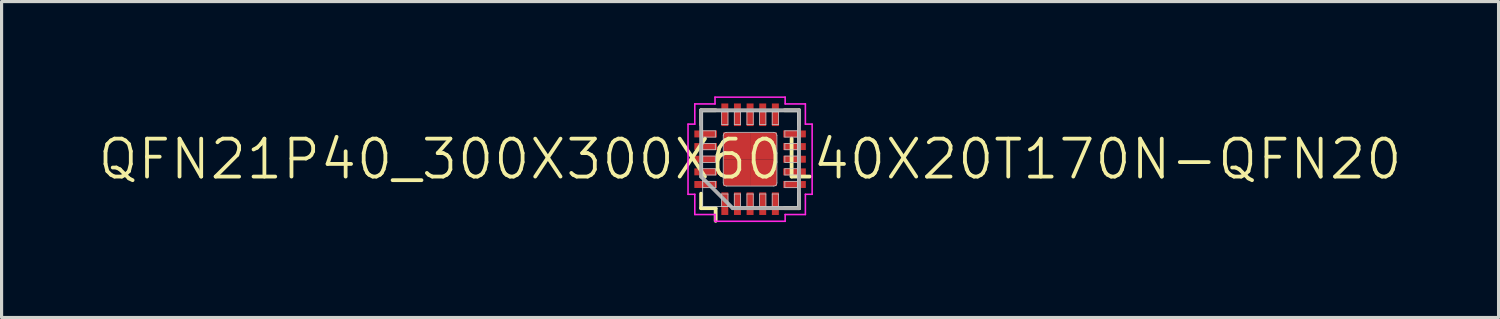
<source format=kicad_pcb>
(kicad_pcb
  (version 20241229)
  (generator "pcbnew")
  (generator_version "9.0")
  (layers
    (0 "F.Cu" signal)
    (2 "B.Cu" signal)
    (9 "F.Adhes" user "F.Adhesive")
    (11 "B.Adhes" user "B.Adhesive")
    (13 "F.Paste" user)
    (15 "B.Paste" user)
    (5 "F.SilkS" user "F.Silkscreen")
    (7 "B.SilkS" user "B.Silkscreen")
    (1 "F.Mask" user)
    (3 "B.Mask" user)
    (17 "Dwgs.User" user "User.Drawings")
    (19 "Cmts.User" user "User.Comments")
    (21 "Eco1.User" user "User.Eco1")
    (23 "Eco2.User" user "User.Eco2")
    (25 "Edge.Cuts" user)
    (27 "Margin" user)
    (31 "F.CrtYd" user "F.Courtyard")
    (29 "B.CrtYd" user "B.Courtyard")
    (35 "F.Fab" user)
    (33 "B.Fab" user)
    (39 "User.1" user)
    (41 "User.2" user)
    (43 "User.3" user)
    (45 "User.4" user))
  (footprint "QFN21P40_300X300X60L40X20T170N-QFN20"
    (layer "F.Cu")
    (at 20.689 1.989)
    (property "Reference" "QFN21P40_300X300X60L40X20T170N-QFN20" (at 0 0 0) (layer "F.SilkS") (effects (font (size 1.2 1.2) (thickness 0.12))))
    (attr smd)
    (fp_line (start -1.55 -1.55) (end -1.55 -1.09) (stroke (width 0.12) (type solid)) (layer "F.SilkS"))
    (fp_line (start -1.55 1.55) (end -1.55 1.09) (stroke (width 0.12) (type solid)) (layer "F.SilkS"))
    (fp_line (start -1.09 -1.55) (end -1.55 -1.55) (stroke (width 0.12) (type solid)) (layer "F.SilkS"))
    (fp_line (start -1.09 1.55) (end -1.55 1.55) (stroke (width 0.12) (type solid)) (layer "F.SilkS"))
    (fp_line (start -1.09 1.95) (end -1.09 1.57) (stroke (width 0.12) (type solid)) (layer "F.SilkS"))
    (fp_line (start 1.09 -1.55) (end 1.55 -1.55) (stroke (width 0.12) (type solid)) (layer "F.SilkS"))
    (fp_line (start 1.09 1.55) (end 1.55 1.55) (stroke (width 0.12) (type solid)) (layer "F.SilkS"))
    (fp_line (start 1.55 -1.55) (end 1.55 -1.09) (stroke (width 0.12) (type solid)) (layer "F.SilkS"))
    (fp_line (start 1.55 1.55) (end 1.55 1.09) (stroke (width 0.12) (type solid)) (layer "F.SilkS"))
    (fp_line (start -1.5 -1.5) (end 1.5 -1.5) (stroke (width 0.025) (type solid)) (layer "Dwgs.User"))
    (fp_line (start -1.5 -0.9) (end -1.1 -0.9) (stroke (width 0.025) (type solid)) (layer "Dwgs.User"))
    (fp_line (start -1.5 -0.7) (end -1.5 -0.9) (stroke (width 0.025) (type solid)) (layer "Dwgs.User"))
    (fp_line (start -1.5 -0.5) (end -1.1 -0.5) (stroke (width 0.025) (type solid)) (layer "Dwgs.User"))
    (fp_line (start -1.5 -0.3) (end -1.5 -0.5) (stroke (width 0.025) (type solid)) (layer "Dwgs.User"))
    (fp_line (start -1.5 -0.1) (end -1.1 -0.1) (stroke (width 0.025) (type solid)) (layer "Dwgs.User"))
    (fp_line (start -1.5 0.1) (end -1.5 -0.1) (stroke (width 0.025) (type solid)) (layer "Dwgs.User"))
    (fp_line (start -1.5 0.3) (end -1.1 0.3) (stroke (width 0.025) (type solid)) (layer "Dwgs.User"))
    (fp_line (start -1.5 0.5) (end -1.5 0.3) (stroke (width 0.025) (type solid)) (layer "Dwgs.User"))
    (fp_line (start -1.5 0.7) (end -1.1 0.7) (stroke (width 0.025) (type solid)) (layer "Dwgs.User"))
    (fp_line (start -1.5 0.9) (end -1.5 0.7) (stroke (width 0.025) (type solid)) (layer "Dwgs.User"))
    (fp_line (start -1.5 1.5) (end -1.5 -1.5) (stroke (width 0.025) (type solid)) (layer "Dwgs.User"))
    (fp_line (start -1.1 -0.9) (end -1.1 -0.7) (stroke (width 0.025) (type solid)) (layer "Dwgs.User"))
    (fp_line (start -1.1 -0.7) (end -1.5 -0.7) (stroke (width 0.025) (type solid)) (layer "Dwgs.User"))
    (fp_line (start -1.1 -0.5) (end -1.1 -0.3) (stroke (width 0.025) (type solid)) (layer "Dwgs.User"))
    (fp_line (start -1.1 -0.3) (end -1.5 -0.3) (stroke (width 0.025) (type solid)) (layer "Dwgs.User"))
    (fp_line (start -1.1 -0.1) (end -1.1 0.1) (stroke (width 0.025) (type solid)) (layer "Dwgs.User"))
    (fp_line (start -1.1 0.1) (end -1.5 0.1) (stroke (width 0.025) (type solid)) (layer "Dwgs.User"))
    (fp_line (start -1.1 0.3) (end -1.1 0.5) (stroke (width 0.025) (type solid)) (layer "Dwgs.User"))
    (fp_line (start -1.1 0.5) (end -1.5 0.5) (stroke (width 0.025) (type solid)) (layer "Dwgs.User"))
    (fp_line (start -1.1 0.7) (end -1.1 0.9) (stroke (width 0.025) (type solid)) (layer "Dwgs.User"))
    (fp_line (start -1.1 0.9) (end -1.5 0.9) (stroke (width 0.025) (type solid)) (layer "Dwgs.User"))
    (fp_line (start -0.9 -1.5) (end -0.7 -1.5) (stroke (width 0.025) (type solid)) (layer "Dwgs.User"))
    (fp_line (start -0.9 -1.1) (end -0.9 -1.5) (stroke (width 0.025) (type solid)) (layer "Dwgs.User"))
    (fp_line (start -0.9 1.1) (end -0.7 1.1) (stroke (width 0.025) (type solid)) (layer "Dwgs.User"))
    (fp_line (start -0.9 1.5) (end -0.9 1.1) (stroke (width 0.025) (type solid)) (layer "Dwgs.User"))
    (fp_line (start -0.85 -0.75) (end -0.85 0.75) (stroke (width 0.025) (type solid)) (layer "Dwgs.User"))
    (fp_line (start -0.75 0.85) (end 0.75 0.85) (stroke (width 0.025) (type solid)) (layer "Dwgs.User"))
    (fp_line (start -0.7 -1.5) (end -0.7 -1.1) (stroke (width 0.025) (type solid)) (layer "Dwgs.User"))
    (fp_line (start -0.7 -1.1) (end -0.9 -1.1) (stroke (width 0.025) (type solid)) (layer "Dwgs.User"))
    (fp_line (start -0.7 1.1) (end -0.7 1.5) (stroke (width 0.025) (type solid)) (layer "Dwgs.User"))
    (fp_line (start -0.7 1.5) (end -0.9 1.5) (stroke (width 0.025) (type solid)) (layer "Dwgs.User"))
    (fp_line (start -0.5 -1.5) (end -0.3 -1.5) (stroke (width 0.025) (type solid)) (layer "Dwgs.User"))
    (fp_line (start -0.5 -1.1) (end -0.5 -1.5) (stroke (width 0.025) (type solid)) (layer "Dwgs.User"))
    (fp_line (start -0.5 1.1) (end -0.3 1.1) (stroke (width 0.025) (type solid)) (layer "Dwgs.User"))
    (fp_line (start -0.5 1.5) (end -0.5 1.1) (stroke (width 0.025) (type solid)) (layer "Dwgs.User"))
    (fp_line (start -0.3 -1.5) (end -0.3 -1.1) (stroke (width 0.025) (type solid)) (layer "Dwgs.User"))
    (fp_line (start -0.3 -1.1) (end -0.5 -1.1) (stroke (width 0.025) (type solid)) (layer "Dwgs.User"))
    (fp_line (start -0.3 1.1) (end -0.3 1.5) (stroke (width 0.025) (type solid)) (layer "Dwgs.User"))
    (fp_line (start -0.3 1.5) (end -0.5 1.5) (stroke (width 0.025) (type solid)) (layer "Dwgs.User"))
    (fp_line (start -0.1 -1.5) (end 0.1 -1.5) (stroke (width 0.025) (type solid)) (layer "Dwgs.User"))
    (fp_line (start -0.1 -1.1) (end -0.1 -1.5) (stroke (width 0.025) (type solid)) (layer "Dwgs.User"))
    (fp_line (start -0.1 1.1) (end 0.1 1.1) (stroke (width 0.025) (type solid)) (layer "Dwgs.User"))
    (fp_line (start -0.1 1.5) (end -0.1 1.1) (stroke (width 0.025) (type solid)) (layer "Dwgs.User"))
    (fp_line (start 0.1 -1.5) (end 0.1 -1.1) (stroke (width 0.025) (type solid)) (layer "Dwgs.User"))
    (fp_line (start 0.1 -1.1) (end -0.1 -1.1) (stroke (width 0.025) (type solid)) (layer "Dwgs.User"))
    (fp_line (start 0.1 1.1) (end 0.1 1.5) (stroke (width 0.025) (type solid)) (layer "Dwgs.User"))
    (fp_line (start 0.1 1.5) (end -0.1 1.5) (stroke (width 0.025) (type solid)) (layer "Dwgs.User"))
    (fp_line (start 0.3 -1.5) (end 0.5 -1.5) (stroke (width 0.025) (type solid)) (layer "Dwgs.User"))
    (fp_line (start 0.3 -1.1) (end 0.3 -1.5) (stroke (width 0.025) (type solid)) (layer "Dwgs.User"))
    (fp_line (start 0.3 1.1) (end 0.5 1.1) (stroke (width 0.025) (type solid)) (layer "Dwgs.User"))
    (fp_line (start 0.3 1.5) (end 0.3 1.1) (stroke (width 0.025) (type solid)) (layer "Dwgs.User"))
    (fp_line (start 0.5 -1.5) (end 0.5 -1.1) (stroke (width 0.025) (type solid)) (layer "Dwgs.User"))
    (fp_line (start 0.5 -1.1) (end 0.3 -1.1) (stroke (width 0.025) (type solid)) (layer "Dwgs.User"))
    (fp_line (start 0.5 1.1) (end 0.5 1.5) (stroke (width 0.025) (type solid)) (layer "Dwgs.User"))
    (fp_line (start 0.5 1.5) (end 0.3 1.5) (stroke (width 0.025) (type solid)) (layer "Dwgs.User"))
    (fp_line (start 0.7 -1.5) (end 0.9 -1.5) (stroke (width 0.025) (type solid)) (layer "Dwgs.User"))
    (fp_line (start 0.7 -1.1) (end 0.7 -1.5) (stroke (width 0.025) (type solid)) (layer "Dwgs.User"))
    (fp_line (start 0.7 1.1) (end 0.9 1.1) (stroke (width 0.025) (type solid)) (layer "Dwgs.User"))
    (fp_line (start 0.7 1.5) (end 0.7 1.1) (stroke (width 0.025) (type solid)) (layer "Dwgs.User"))
    (fp_line (start 0.75 -0.85) (end -0.75 -0.85) (stroke (width 0.025) (type solid)) (layer "Dwgs.User"))
    (fp_line (start 0.85 0.75) (end 0.85 -0.75) (stroke (width 0.025) (type solid)) (layer "Dwgs.User"))
    (fp_line (start 0.9 -1.5) (end 0.9 -1.1) (stroke (width 0.025) (type solid)) (layer "Dwgs.User"))
    (fp_line (start 0.9 -1.1) (end 0.7 -1.1) (stroke (width 0.025) (type solid)) (layer "Dwgs.User"))
    (fp_line (start 0.9 1.1) (end 0.9 1.5) (stroke (width 0.025) (type solid)) (layer "Dwgs.User"))
    (fp_line (start 0.9 1.5) (end 0.7 1.5) (stroke (width 0.025) (type solid)) (layer "Dwgs.User"))
    (fp_line (start 1.1 -0.9) (end 1.5 -0.9) (stroke (width 0.025) (type solid)) (layer "Dwgs.User"))
    (fp_line (start 1.1 -0.7) (end 1.1 -0.9) (stroke (width 0.025) (type solid)) (layer "Dwgs.User"))
    (fp_line (start 1.1 -0.5) (end 1.5 -0.5) (stroke (width 0.025) (type solid)) (layer "Dwgs.User"))
    (fp_line (start 1.1 -0.3) (end 1.1 -0.5) (stroke (width 0.025) (type solid)) (layer "Dwgs.User"))
    (fp_line (start 1.1 -0.1) (end 1.5 -0.1) (stroke (width 0.025) (type solid)) (layer "Dwgs.User"))
    (fp_line (start 1.1 0.1) (end 1.1 -0.1) (stroke (width 0.025) (type solid)) (layer "Dwgs.User"))
    (fp_line (start 1.1 0.3) (end 1.5 0.3) (stroke (width 0.025) (type solid)) (layer "Dwgs.User"))
    (fp_line (start 1.1 0.5) (end 1.1 0.3) (stroke (width 0.025) (type solid)) (layer "Dwgs.User"))
    (fp_line (start 1.1 0.7) (end 1.5 0.7) (stroke (width 0.025) (type solid)) (layer "Dwgs.User"))
    (fp_line (start 1.1 0.9) (end 1.1 0.7) (stroke (width 0.025) (type solid)) (layer "Dwgs.User"))
    (fp_line (start 1.5 -1.5) (end 1.5 1.5) (stroke (width 0.025) (type solid)) (layer "Dwgs.User"))
    (fp_line (start 1.5 -0.9) (end 1.5 -0.7) (stroke (width 0.025) (type solid)) (layer "Dwgs.User"))
    (fp_line (start 1.5 -0.7) (end 1.1 -0.7) (stroke (width 0.025) (type solid)) (layer "Dwgs.User"))
    (fp_line (start 1.5 -0.5) (end 1.5 -0.3) (stroke (width 0.025) (type solid)) (layer "Dwgs.User"))
    (fp_line (start 1.5 -0.3) (end 1.1 -0.3) (stroke (width 0.025) (type solid)) (layer "Dwgs.User"))
    (fp_line (start 1.5 -0.1) (end 1.5 0.1) (stroke (width 0.025) (type solid)) (layer "Dwgs.User"))
    (fp_line (start 1.5 0.1) (end 1.1 0.1) (stroke (width 0.025) (type solid)) (layer "Dwgs.User"))
    (fp_line (start 1.5 0.3) (end 1.5 0.5) (stroke (width 0.025) (type solid)) (layer "Dwgs.User"))
    (fp_line (start 1.5 0.5) (end 1.1 0.5) (stroke (width 0.025) (type solid)) (layer "Dwgs.User"))
    (fp_line (start 1.5 0.7) (end 1.5 0.9) (stroke (width 0.025) (type solid)) (layer "Dwgs.User"))
    (fp_line (start 1.5 0.9) (end 1.1 0.9) (stroke (width 0.025) (type solid)) (layer "Dwgs.User"))
    (fp_line (start 1.5 1.5) (end -1.5 1.5) (stroke (width 0.025) (type solid)) (layer "Dwgs.User"))
    (fp_arc (start -0.85 -0.75) (mid -0.820711 -0.820711) (end -0.75 -0.85) (stroke (width 0.025) (type solid)) (layer "Dwgs.User"))
    (fp_arc (start -0.75 0.85) (mid -0.820711 0.820711) (end -0.85 0.75) (stroke (width 0.025) (type solid)) (layer "Dwgs.User"))
    (fp_arc (start 0.75 -0.85) (mid 0.820711 -0.820711) (end 0.85 -0.75) (stroke (width 0.025) (type solid)) (layer "Dwgs.User"))
    (fp_arc (start 0.85 0.75) (mid 0.820711 0.820711) (end 0.75 0.85) (stroke (width 0.025) (type solid)) (layer "Dwgs.User"))
    (fp_line (start -1.964 -1.11) (end -1.964 1.11) (stroke (width 0.05) (type solid)) (layer "F.CrtYd"))
    (fp_line (start -1.964 1.11) (end -1.75 1.11) (stroke (width 0.05) (type solid)) (layer "F.CrtYd"))
    (fp_line (start -1.75 -1.75) (end -1.75 -1.11) (stroke (width 0.05) (type solid)) (layer "F.CrtYd"))
    (fp_line (start -1.75 -1.11) (end -1.964 -1.11) (stroke (width 0.05) (type solid)) (layer "F.CrtYd"))
    (fp_line (start -1.75 1.11) (end -1.75 1.75) (stroke (width 0.05) (type solid)) (layer "F.CrtYd"))
    (fp_line (start -1.75 1.75) (end -1.11 1.75) (stroke (width 0.05) (type solid)) (layer "F.CrtYd"))
    (fp_line (start -1.11 -1.964) (end -1.11 -1.75) (stroke (width 0.05) (type solid)) (layer "F.CrtYd"))
    (fp_line (start -1.11 -1.75) (end -1.75 -1.75) (stroke (width 0.05) (type solid)) (layer "F.CrtYd"))
    (fp_line (start -1.11 1.75) (end -1.11 1.964) (stroke (width 0.05) (type solid)) (layer "F.CrtYd"))
    (fp_line (start -1.11 1.964) (end 1.11 1.964) (stroke (width 0.05) (type solid)) (layer "F.CrtYd"))
    (fp_line (start 1.11 -1.964) (end -1.11 -1.964) (stroke (width 0.05) (type solid)) (layer "F.CrtYd"))
    (fp_line (start 1.11 -1.75) (end 1.11 -1.964) (stroke (width 0.05) (type solid)) (layer "F.CrtYd"))
    (fp_line (start 1.11 1.75) (end 1.75 1.75) (stroke (width 0.05) (type solid)) (layer "F.CrtYd"))
    (fp_line (start 1.11 1.964) (end 1.11 1.75) (stroke (width 0.05) (type solid)) (layer "F.CrtYd"))
    (fp_line (start 1.75 -1.75) (end 1.11 -1.75) (stroke (width 0.05) (type solid)) (layer "F.CrtYd"))
    (fp_line (start 1.75 -1.11) (end 1.75 -1.75) (stroke (width 0.05) (type solid)) (layer "F.CrtYd"))
    (fp_line (start 1.75 1.11) (end 1.964 1.11) (stroke (width 0.05) (type solid)) (layer "F.CrtYd"))
    (fp_line (start 1.75 1.75) (end 1.75 1.11) (stroke (width 0.05) (type solid)) (layer "F.CrtYd"))
    (fp_line (start 1.964 -1.11) (end 1.75 -1.11) (stroke (width 0.05) (type solid)) (layer "F.CrtYd"))
    (fp_line (start 1.964 1.11) (end 1.964 -1.11) (stroke (width 0.05) (type solid)) (layer "F.CrtYd"))
    (fp_line (start -1.55 -1.55) (end 1.55 -1.55) (stroke (width 0.12) (type solid)) (layer "F.Fab"))
    (fp_line (start -1.55 0.55) (end -1.55 -1.55) (stroke (width 0.12) (type solid)) (layer "F.Fab"))
    (fp_line (start -0.55 1.55) (end -1.55 0.55) (stroke (width 0.12) (type solid)) (layer "F.Fab"))
    (fp_line (start 1.55 -1.55) (end 1.55 1.55) (stroke (width 0.12) (type solid)) (layer "F.Fab"))
    (fp_line (start 1.55 1.55) (end -0.55 1.55) (stroke (width 0.12) (type solid)) (layer "F.Fab"))
    (pad "" smd rect (at -0.425 -0.425 90) (size 0.601 0.601) (layers "F.Paste"))
    (pad "" smd rect (at -0.425 0.425 90) (size 0.601 0.601) (layers "F.Paste"))
    (pad "" smd rect (at 0.425 -0.425 90) (size 0.601 0.601) (layers "F.Paste"))
    (pad "" smd rect (at 0.425 0.425 90) (size 0.601 0.601) (layers "F.Paste"))
    (pad "1" smd rect (at -0.8 1.407 90) (size 0.715 0.22) (layers "F.Cu" "F.Mask" "F.Paste"))
    (pad "2" smd rect (at -0.4 1.407 90) (size 0.715 0.22) (layers "F.Cu" "F.Mask" "F.Paste"))
    (pad "3" smd rect (at 0 1.407 90) (size 0.715 0.22) (layers "F.Cu" "F.Mask" "F.Paste"))
    (pad "4" smd rect (at 0.4 1.407 90) (size 0.715 0.22) (layers "F.Cu" "F.Mask" "F.Paste"))
    (pad "5" smd rect (at 0.8 1.407 90) (size 0.715 0.22) (layers "F.Cu" "F.Mask" "F.Paste"))
    (pad "6" smd rect (at 1.407 0.8) (size 0.715 0.22) (layers "F.Cu" "F.Mask" "F.Paste"))
    (pad "7" smd rect (at 1.407 0.4) (size 0.715 0.22) (layers "F.Cu" "F.Mask" "F.Paste"))
    (pad "8" smd rect (at 1.407 0) (size 0.715 0.22) (layers "F.Cu" "F.Mask" "F.Paste"))
    (pad "9" smd rect (at 1.407 -0.4) (size 0.715 0.22) (layers "F.Cu" "F.Mask" "F.Paste"))
    (pad "10" smd rect (at 1.407 -0.8) (size 0.715 0.22) (layers "F.Cu" "F.Mask" "F.Paste"))
    (pad "11" smd rect (at 0.8 -1.407 90) (size 0.715 0.22) (layers "F.Cu" "F.Mask" "F.Paste"))
    (pad "12" smd rect (at 0.4 -1.407 90) (size 0.715 0.22) (layers "F.Cu" "F.Mask" "F.Paste"))
    (pad "13" smd rect (at 0 -1.407 90) (size 0.715 0.22) (layers "F.Cu" "F.Mask" "F.Paste"))
    (pad "14" smd rect (at -0.4 -1.407 90) (size 0.715 0.22) (layers "F.Cu" "F.Mask" "F.Paste"))
    (pad "15" smd rect (at -0.8 -1.407 90) (size 0.715 0.22) (layers "F.Cu" "F.Mask" "F.Paste"))
    (pad "16" smd rect (at -1.407 -0.8) (size 0.715 0.22) (layers "F.Cu" "F.Mask" "F.Paste"))
    (pad "17" smd rect (at -1.407 -0.4) (size 0.715 0.22) (layers "F.Cu" "F.Mask" "F.Paste"))
    (pad "18" smd rect (at -1.407 0) (size 0.715 0.22) (layers "F.Cu" "F.Mask" "F.Paste"))
    (pad "19" smd rect (at -1.407 0.4) (size 0.715 0.22) (layers "F.Cu" "F.Mask" "F.Paste"))
    (pad "20" smd rect (at -1.407 0.8) (size 0.715 0.22) (layers "F.Cu" "F.Mask" "F.Paste"))
    (pad "21" smd rect (at -0.425 -0.425) (size 0.85 0.85) (layers "F.Cu" "F.Mask" "F.Paste"))
    (pad "21" smd rect (at -0.425 0.425) (size 0.85 0.85) (layers "F.Cu" "F.Mask" "F.Paste"))
    (pad "21" smd rect (at 0.425 -0.425) (size 0.85 0.85) (layers "F.Cu" "F.Mask" "F.Paste"))
    (pad "21" smd rect (at 0.425 0.425) (size 0.85 0.85) (layers "F.Cu" "F.Mask" "F.Paste")))
  (gr_rect
    (start -3 -3)
    (end 44.377 6.999)
    (stroke (width 0.1) (type default))
    (fill no)
    (layer "Edge.Cuts")))
</source>
